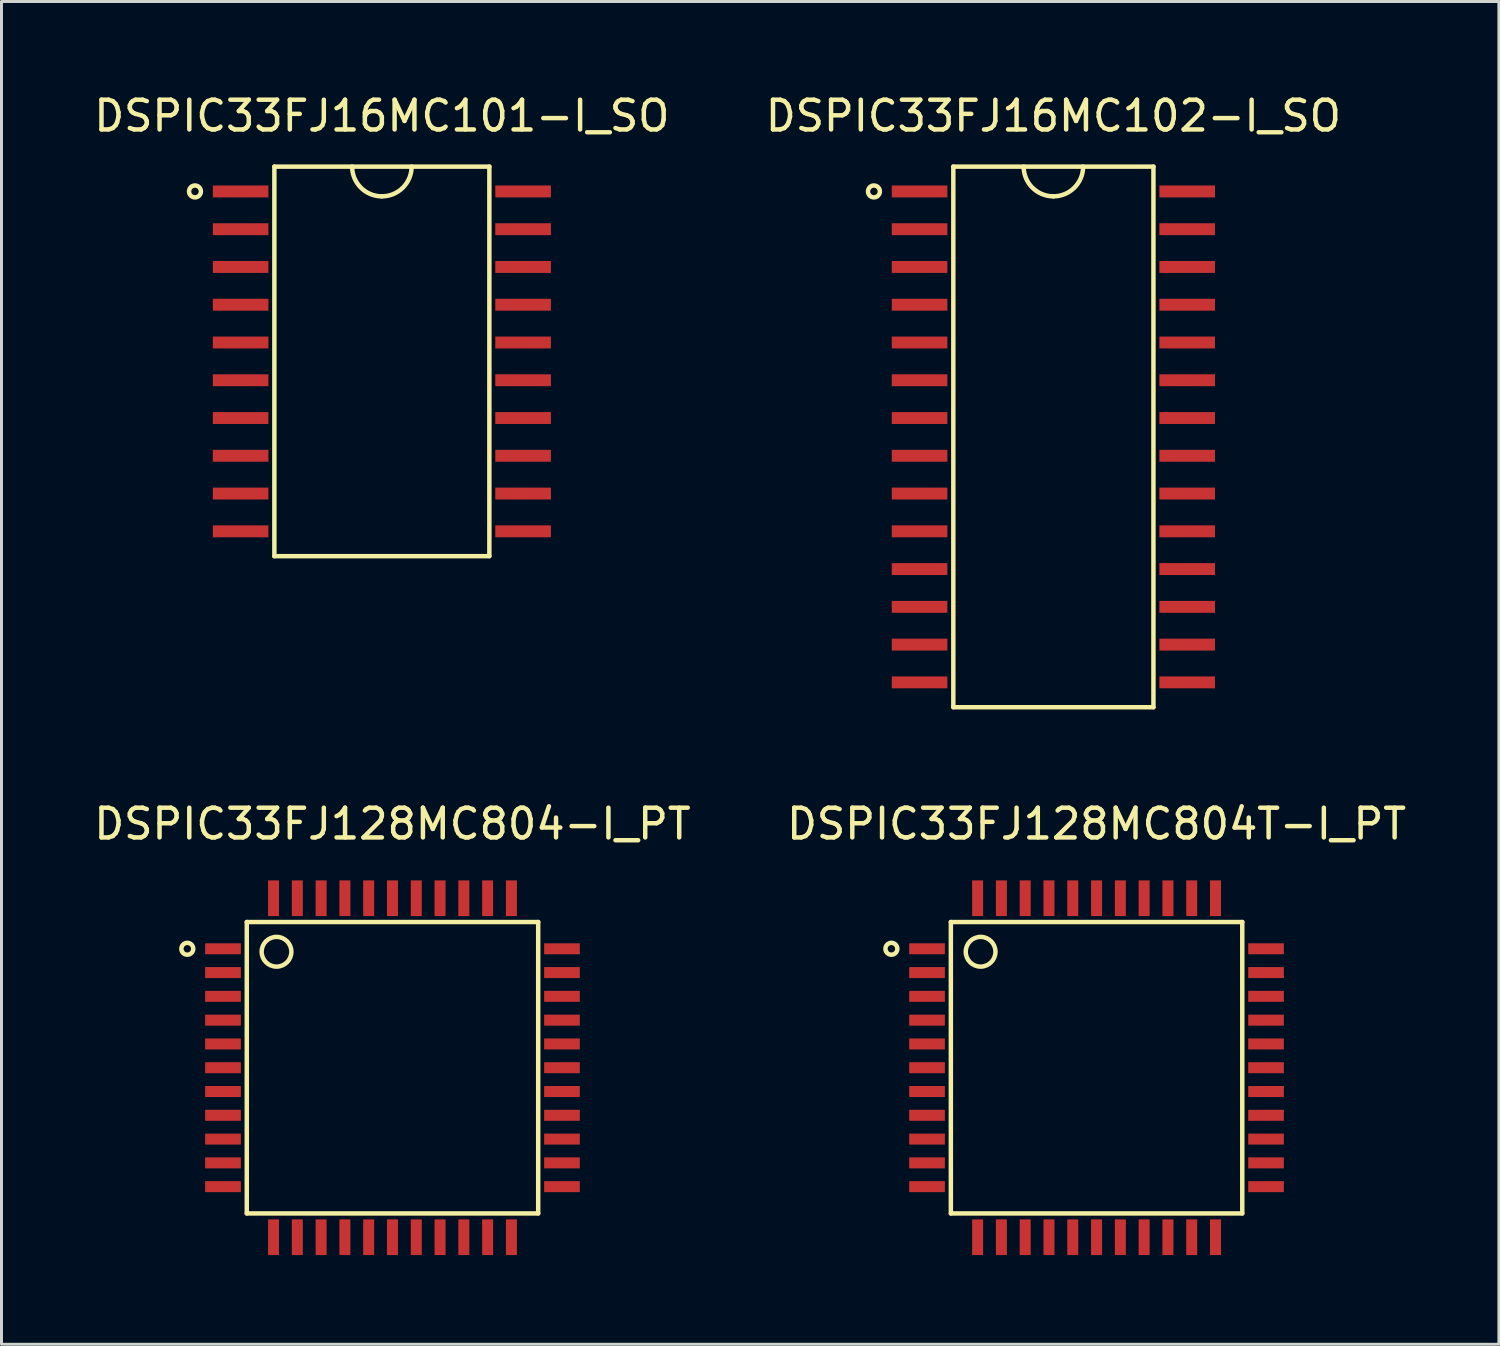
<source format=kicad_pcb>
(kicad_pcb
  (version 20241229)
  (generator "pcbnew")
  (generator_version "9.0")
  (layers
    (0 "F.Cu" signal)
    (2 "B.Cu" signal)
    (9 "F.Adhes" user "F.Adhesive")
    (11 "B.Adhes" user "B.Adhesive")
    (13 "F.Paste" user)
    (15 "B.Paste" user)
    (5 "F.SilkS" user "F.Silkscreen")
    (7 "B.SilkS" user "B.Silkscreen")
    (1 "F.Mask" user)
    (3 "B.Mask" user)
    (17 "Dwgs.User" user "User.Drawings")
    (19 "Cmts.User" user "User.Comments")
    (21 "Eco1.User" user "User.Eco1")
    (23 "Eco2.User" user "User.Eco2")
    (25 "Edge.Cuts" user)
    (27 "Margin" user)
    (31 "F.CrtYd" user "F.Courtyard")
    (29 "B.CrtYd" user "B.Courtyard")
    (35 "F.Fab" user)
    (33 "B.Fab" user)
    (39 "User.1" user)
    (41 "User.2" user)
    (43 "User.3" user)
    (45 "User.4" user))
  (footprint "DSPIC33FJ128MC804T-I_PT"
    (layer "F.Cu")
    (at 28.127 27.157)
    (property "Reference" "DSPIC33FJ128MC804T-I_PT" (at 5.7 -2.5 0) (layer "F.SilkS") (effects (font (size 1 1) (thickness 0.15))))
    (attr through_hole)
    (fp_line (start 0.8 0.8) (end 0.8 10.6) (stroke (width 0.15) (type solid)) (layer "F.SilkS"))
    (fp_line (start 0.8 0.8) (end 10.6 0.8) (stroke (width 0.15) (type solid)) (layer "F.SilkS"))
    (fp_line (start 0.8 10.6) (end 10.6 10.6) (stroke (width 0.15) (type solid)) (layer "F.SilkS"))
    (fp_line (start 10.6 10.6) (end 10.6 0.8) (stroke (width 0.15) (type solid)) (layer "F.SilkS"))
    (fp_circle (center -1.2 1.7) (end -1.2 1.5) (stroke (width 0.15) (type solid)) (fill no) (layer "F.SilkS"))
    (fp_circle (center 1.8 1.8) (end 1.8 1.3) (stroke (width 0.15) (type solid)) (fill no) (layer "F.SilkS"))
    (pad "1" smd rect (at 0 1.7) (size 1.2 0.37) (layers "F.Cu" "F.Mask" "F.Paste"))
    (pad "2" smd rect (at 0 2.5) (size 1.2 0.37) (layers "F.Cu" "F.Mask" "F.Paste"))
    (pad "3" smd rect (at 0 3.3) (size 1.2 0.37) (layers "F.Cu" "F.Mask" "F.Paste"))
    (pad "4" smd rect (at 0 4.1) (size 1.2 0.37) (layers "F.Cu" "F.Mask" "F.Paste"))
    (pad "5" smd rect (at 0 4.9) (size 1.2 0.37) (layers "F.Cu" "F.Mask" "F.Paste"))
    (pad "6" smd rect (at 0 5.7) (size 1.2 0.37) (layers "F.Cu" "F.Mask" "F.Paste"))
    (pad "7" smd rect (at 0 6.5) (size 1.2 0.37) (layers "F.Cu" "F.Mask" "F.Paste"))
    (pad "8" smd rect (at 0 7.3) (size 1.2 0.37) (layers "F.Cu" "F.Mask" "F.Paste"))
    (pad "9" smd rect (at 0 8.1) (size 1.2 0.37) (layers "F.Cu" "F.Mask" "F.Paste"))
    (pad "10" smd rect (at 0 8.9) (size 1.2 0.37) (layers "F.Cu" "F.Mask" "F.Paste"))
    (pad "11" smd rect (at 0 9.7) (size 1.2 0.37) (layers "F.Cu" "F.Mask" "F.Paste"))
    (pad "12" smd rect (at 1.7 11.4) (size 0.37 1.2) (layers "F.Cu" "F.Mask" "F.Paste"))
    (pad "13" smd rect (at 2.5 11.4) (size 0.37 1.2) (layers "F.Cu" "F.Mask" "F.Paste"))
    (pad "14" smd rect (at 3.3 11.4) (size 0.37 1.2) (layers "F.Cu" "F.Mask" "F.Paste"))
    (pad "15" smd rect (at 4.1 11.4) (size 0.37 1.2) (layers "F.Cu" "F.Mask" "F.Paste"))
    (pad "16" smd rect (at 4.9 11.4) (size 0.37 1.2) (layers "F.Cu" "F.Mask" "F.Paste"))
    (pad "17" smd rect (at 5.7 11.4) (size 0.37 1.2) (layers "F.Cu" "F.Mask" "F.Paste"))
    (pad "18" smd rect (at 6.5 11.4) (size 0.37 1.2) (layers "F.Cu" "F.Mask" "F.Paste"))
    (pad "19" smd rect (at 7.3 11.4) (size 0.37 1.2) (layers "F.Cu" "F.Mask" "F.Paste"))
    (pad "20" smd rect (at 8.1 11.4) (size 0.37 1.2) (layers "F.Cu" "F.Mask" "F.Paste"))
    (pad "21" smd rect (at 8.9 11.4) (size 0.37 1.2) (layers "F.Cu" "F.Mask" "F.Paste"))
    (pad "22" smd rect (at 9.7 11.4) (size 0.37 1.2) (layers "F.Cu" "F.Mask" "F.Paste"))
    (pad "23" smd rect (at 11.4 9.7) (size 1.2 0.37) (layers "F.Cu" "F.Mask" "F.Paste"))
    (pad "24" smd rect (at 11.4 8.9) (size 1.2 0.37) (layers "F.Cu" "F.Mask" "F.Paste"))
    (pad "25" smd rect (at 11.4 8.1) (size 1.2 0.37) (layers "F.Cu" "F.Mask" "F.Paste"))
    (pad "26" smd rect (at 11.4 7.3) (size 1.2 0.37) (layers "F.Cu" "F.Mask" "F.Paste"))
    (pad "27" smd rect (at 11.4 6.5) (size 1.2 0.37) (layers "F.Cu" "F.Mask" "F.Paste"))
    (pad "28" smd rect (at 11.4 5.7) (size 1.2 0.37) (layers "F.Cu" "F.Mask" "F.Paste"))
    (pad "29" smd rect (at 11.4 4.9) (size 1.2 0.37) (layers "F.Cu" "F.Mask" "F.Paste"))
    (pad "30" smd rect (at 11.4 4.1) (size 1.2 0.37) (layers "F.Cu" "F.Mask" "F.Paste"))
    (pad "31" smd rect (at 11.4 3.3) (size 1.2 0.37) (layers "F.Cu" "F.Mask" "F.Paste"))
    (pad "32" smd rect (at 11.4 2.5) (size 1.2 0.37) (layers "F.Cu" "F.Mask" "F.Paste"))
    (pad "33" smd rect (at 11.4 1.7) (size 1.2 0.37) (layers "F.Cu" "F.Mask" "F.Paste"))
    (pad "34" smd rect (at 9.7 0) (size 0.37 1.2) (layers "F.Cu" "F.Mask" "F.Paste"))
    (pad "35" smd rect (at 8.9 0) (size 0.37 1.2) (layers "F.Cu" "F.Mask" "F.Paste"))
    (pad "36" smd rect (at 8.1 0) (size 0.37 1.2) (layers "F.Cu" "F.Mask" "F.Paste"))
    (pad "37" smd rect (at 7.3 0) (size 0.37 1.2) (layers "F.Cu" "F.Mask" "F.Paste"))
    (pad "38" smd rect (at 6.5 0) (size 0.37 1.2) (layers "F.Cu" "F.Mask" "F.Paste"))
    (pad "39" smd rect (at 5.7 0) (size 0.37 1.2) (layers "F.Cu" "F.Mask" "F.Paste"))
    (pad "40" smd rect (at 4.9 0) (size 0.37 1.2) (layers "F.Cu" "F.Mask" "F.Paste"))
    (pad "41" smd rect (at 4.1 0) (size 0.37 1.2) (layers "F.Cu" "F.Mask" "F.Paste"))
    (pad "42" smd rect (at 3.3 0) (size 0.37 1.2) (layers "F.Cu" "F.Mask" "F.Paste"))
    (pad "43" smd rect (at 2.5 0) (size 0.37 1.2) (layers "F.Cu" "F.Mask" "F.Paste"))
    (pad "44" smd rect (at 1.7 0) (size 0.37 1.2) (layers "F.Cu" "F.Mask" "F.Paste")))
  (footprint "DSPIC33FJ16MC102-I_SO"
    (layer "F.Cu")
    (at 27.875 3.388)
    (property "Reference" "DSPIC33FJ16MC102-I_SO" (at 4.5 -2.54 0) (layer "F.SilkS") (effects (font (size 1 1) (thickness 0.15))))
    (attr through_hole)
    (fp_line (start 1.135 -0.835) (end 7.865 -0.835) (stroke (width 0.15) (type solid)) (layer "F.SilkS"))
    (fp_line (start 1.135 17.345) (end 1.135 -0.835) (stroke (width 0.15) (type solid)) (layer "F.SilkS"))
    (fp_line (start 7.865 -0.835) (end 7.865 17.345) (stroke (width 0.15) (type solid)) (layer "F.SilkS"))
    (fp_line (start 7.865 17.345) (end 1.135 17.345) (stroke (width 0.15) (type solid)) (layer "F.SilkS"))
    (fp_arc (start 4.5 0.165) (mid 3.792893 -0.127893) (end 3.5 -0.835) (stroke (width 0.15) (type solid)) (layer "F.SilkS"))
    (fp_arc (start 5.5 -0.835) (mid 5.207107 -0.127893) (end 4.5 0.165) (stroke (width 0.15) (type solid)) (layer "F.SilkS"))
    (fp_circle (center -1.535 0) (end -1.535 0.2) (stroke (width 0.15) (type solid)) (fill no) (layer "F.SilkS"))
    (pad "1" smd rect (at 0 0) (size 1.87 0.4) (layers "F.Cu" "F.Mask" "F.Paste"))
    (pad "2" smd rect (at 0 1.27) (size 1.87 0.4) (layers "F.Cu" "F.Mask" "F.Paste"))
    (pad "3" smd rect (at 0 2.54) (size 1.87 0.4) (layers "F.Cu" "F.Mask" "F.Paste"))
    (pad "4" smd rect (at 0 3.81) (size 1.87 0.4) (layers "F.Cu" "F.Mask" "F.Paste"))
    (pad "5" smd rect (at 0 5.08) (size 1.87 0.4) (layers "F.Cu" "F.Mask" "F.Paste"))
    (pad "6" smd rect (at 0 6.35) (size 1.87 0.4) (layers "F.Cu" "F.Mask" "F.Paste"))
    (pad "7" smd rect (at 0 7.62) (size 1.87 0.4) (layers "F.Cu" "F.Mask" "F.Paste"))
    (pad "8" smd rect (at 0 8.89) (size 1.87 0.4) (layers "F.Cu" "F.Mask" "F.Paste"))
    (pad "9" smd rect (at 0 10.16) (size 1.87 0.4) (layers "F.Cu" "F.Mask" "F.Paste"))
    (pad "10" smd rect (at 0 11.43) (size 1.87 0.4) (layers "F.Cu" "F.Mask" "F.Paste"))
    (pad "11" smd rect (at 0 12.7) (size 1.87 0.4) (layers "F.Cu" "F.Mask" "F.Paste"))
    (pad "12" smd rect (at 0 13.97) (size 1.87 0.4) (layers "F.Cu" "F.Mask" "F.Paste"))
    (pad "13" smd rect (at 0 15.24) (size 1.87 0.4) (layers "F.Cu" "F.Mask" "F.Paste"))
    (pad "14" smd rect (at 0 16.51) (size 1.87 0.4) (layers "F.Cu" "F.Mask" "F.Paste"))
    (pad "15" smd rect (at 9 16.51) (size 1.87 0.4) (layers "F.Cu" "F.Mask" "F.Paste"))
    (pad "16" smd rect (at 9 15.24) (size 1.87 0.4) (layers "F.Cu" "F.Mask" "F.Paste"))
    (pad "17" smd rect (at 9 13.97) (size 1.87 0.4) (layers "F.Cu" "F.Mask" "F.Paste"))
    (pad "18" smd rect (at 9 12.7) (size 1.87 0.4) (layers "F.Cu" "F.Mask" "F.Paste"))
    (pad "19" smd rect (at 9 11.43) (size 1.87 0.4) (layers "F.Cu" "F.Mask" "F.Paste"))
    (pad "20" smd rect (at 9 10.16) (size 1.87 0.4) (layers "F.Cu" "F.Mask" "F.Paste"))
    (pad "21" smd rect (at 9 8.89) (size 1.87 0.4) (layers "F.Cu" "F.Mask" "F.Paste"))
    (pad "22" smd rect (at 9 7.62) (size 1.87 0.4) (layers "F.Cu" "F.Mask" "F.Paste"))
    (pad "23" smd rect (at 9 6.35) (size 1.87 0.4) (layers "F.Cu" "F.Mask" "F.Paste"))
    (pad "24" smd rect (at 9 5.08) (size 1.87 0.4) (layers "F.Cu" "F.Mask" "F.Paste"))
    (pad "25" smd rect (at 9 3.81) (size 1.87 0.4) (layers "F.Cu" "F.Mask" "F.Paste"))
    (pad "26" smd rect (at 9 2.54) (size 1.87 0.4) (layers "F.Cu" "F.Mask" "F.Paste"))
    (pad "27" smd rect (at 9 1.27) (size 1.87 0.4) (layers "F.Cu" "F.Mask" "F.Paste"))
    (pad "28" smd rect (at 9 0) (size 1.87 0.4) (layers "F.Cu" "F.Mask" "F.Paste")))
  (footprint "DSPIC33FJ16MC101-I_SO"
    (layer "F.Cu")
    (at 5.042 3.388)
    (property "Reference" "DSPIC33FJ16MC101-I_SO" (at 4.75 -2.54 0) (layer "F.SilkS") (effects (font (size 1 1) (thickness 0.15))))
    (attr through_hole)
    (fp_line (start 1.135 -0.835) (end 8.365 -0.835) (stroke (width 0.15) (type solid)) (layer "F.SilkS"))
    (fp_line (start 1.135 12.265) (end 1.135 -0.835) (stroke (width 0.15) (type solid)) (layer "F.SilkS"))
    (fp_line (start 8.365 -0.835) (end 8.365 12.265) (stroke (width 0.15) (type solid)) (layer "F.SilkS"))
    (fp_line (start 8.365 12.265) (end 1.135 12.265) (stroke (width 0.15) (type solid)) (layer "F.SilkS"))
    (fp_arc (start 4.75 0.165) (mid 4.042893 -0.127893) (end 3.75 -0.835) (stroke (width 0.15) (type solid)) (layer "F.SilkS"))
    (fp_arc (start 5.75 -0.835) (mid 5.457107 -0.127893) (end 4.75 0.165) (stroke (width 0.15) (type solid)) (layer "F.SilkS"))
    (fp_circle (center -1.535 0) (end -1.535 0.2) (stroke (width 0.15) (type solid)) (fill no) (layer "F.SilkS"))
    (pad "1" smd rect (at 0 0) (size 1.87 0.4) (layers "F.Cu" "F.Mask" "F.Paste"))
    (pad "2" smd rect (at 0 1.27) (size 1.87 0.4) (layers "F.Cu" "F.Mask" "F.Paste"))
    (pad "3" smd rect (at 0 2.54) (size 1.87 0.4) (layers "F.Cu" "F.Mask" "F.Paste"))
    (pad "4" smd rect (at 0 3.81) (size 1.87 0.4) (layers "F.Cu" "F.Mask" "F.Paste"))
    (pad "5" smd rect (at 0 5.08) (size 1.87 0.4) (layers "F.Cu" "F.Mask" "F.Paste"))
    (pad "6" smd rect (at 0 6.35) (size 1.87 0.4) (layers "F.Cu" "F.Mask" "F.Paste"))
    (pad "7" smd rect (at 0 7.62) (size 1.87 0.4) (layers "F.Cu" "F.Mask" "F.Paste"))
    (pad "8" smd rect (at 0 8.89) (size 1.87 0.4) (layers "F.Cu" "F.Mask" "F.Paste"))
    (pad "9" smd rect (at 0 10.16) (size 1.87 0.4) (layers "F.Cu" "F.Mask" "F.Paste"))
    (pad "10" smd rect (at 0 11.43) (size 1.87 0.4) (layers "F.Cu" "F.Mask" "F.Paste"))
    (pad "11" smd rect (at 9.5 11.43) (size 1.87 0.4) (layers "F.Cu" "F.Mask" "F.Paste"))
    (pad "12" smd rect (at 9.5 10.16) (size 1.87 0.4) (layers "F.Cu" "F.Mask" "F.Paste"))
    (pad "13" smd rect (at 9.5 8.89) (size 1.87 0.4) (layers "F.Cu" "F.Mask" "F.Paste"))
    (pad "14" smd rect (at 9.5 7.62) (size 1.87 0.4) (layers "F.Cu" "F.Mask" "F.Paste"))
    (pad "15" smd rect (at 9.5 6.35) (size 1.87 0.4) (layers "F.Cu" "F.Mask" "F.Paste"))
    (pad "16" smd rect (at 9.5 5.08) (size 1.87 0.4) (layers "F.Cu" "F.Mask" "F.Paste"))
    (pad "17" smd rect (at 9.5 3.81) (size 1.87 0.4) (layers "F.Cu" "F.Mask" "F.Paste"))
    (pad "18" smd rect (at 9.5 2.54) (size 1.87 0.4) (layers "F.Cu" "F.Mask" "F.Paste"))
    (pad "19" smd rect (at 9.5 1.27) (size 1.87 0.4) (layers "F.Cu" "F.Mask" "F.Paste"))
    (pad "20" smd rect (at 9.5 0) (size 1.87 0.4) (layers "F.Cu" "F.Mask" "F.Paste")))
  (footprint "DSPIC33FJ128MC804-I_PT"
    (layer "F.Cu")
    (at 4.449 27.157)
    (property "Reference" "DSPIC33FJ128MC804-I_PT" (at 5.7 -2.5 0) (layer "F.SilkS") (effects (font (size 1 1) (thickness 0.15))))
    (attr through_hole)
    (fp_line (start 0.8 0.8) (end 0.8 10.6) (stroke (width 0.15) (type solid)) (layer "F.SilkS"))
    (fp_line (start 0.8 0.8) (end 10.6 0.8) (stroke (width 0.15) (type solid)) (layer "F.SilkS"))
    (fp_line (start 0.8 10.6) (end 10.6 10.6) (stroke (width 0.15) (type solid)) (layer "F.SilkS"))
    (fp_line (start 10.6 10.6) (end 10.6 0.8) (stroke (width 0.15) (type solid)) (layer "F.SilkS"))
    (fp_circle (center -1.2 1.7) (end -1.2 1.5) (stroke (width 0.15) (type solid)) (fill no) (layer "F.SilkS"))
    (fp_circle (center 1.8 1.8) (end 1.8 1.3) (stroke (width 0.15) (type solid)) (fill no) (layer "F.SilkS"))
    (pad "1" smd rect (at 0 1.7) (size 1.2 0.37) (layers "F.Cu" "F.Mask" "F.Paste"))
    (pad "2" smd rect (at 0 2.5) (size 1.2 0.37) (layers "F.Cu" "F.Mask" "F.Paste"))
    (pad "3" smd rect (at 0 3.3) (size 1.2 0.37) (layers "F.Cu" "F.Mask" "F.Paste"))
    (pad "4" smd rect (at 0 4.1) (size 1.2 0.37) (layers "F.Cu" "F.Mask" "F.Paste"))
    (pad "5" smd rect (at 0 4.9) (size 1.2 0.37) (layers "F.Cu" "F.Mask" "F.Paste"))
    (pad "6" smd rect (at 0 5.7) (size 1.2 0.37) (layers "F.Cu" "F.Mask" "F.Paste"))
    (pad "7" smd rect (at 0 6.5) (size 1.2 0.37) (layers "F.Cu" "F.Mask" "F.Paste"))
    (pad "8" smd rect (at 0 7.3) (size 1.2 0.37) (layers "F.Cu" "F.Mask" "F.Paste"))
    (pad "9" smd rect (at 0 8.1) (size 1.2 0.37) (layers "F.Cu" "F.Mask" "F.Paste"))
    (pad "10" smd rect (at 0 8.9) (size 1.2 0.37) (layers "F.Cu" "F.Mask" "F.Paste"))
    (pad "11" smd rect (at 0 9.7) (size 1.2 0.37) (layers "F.Cu" "F.Mask" "F.Paste"))
    (pad "12" smd rect (at 1.7 11.4) (size 0.37 1.2) (layers "F.Cu" "F.Mask" "F.Paste"))
    (pad "13" smd rect (at 2.5 11.4) (size 0.37 1.2) (layers "F.Cu" "F.Mask" "F.Paste"))
    (pad "14" smd rect (at 3.3 11.4) (size 0.37 1.2) (layers "F.Cu" "F.Mask" "F.Paste"))
    (pad "15" smd rect (at 4.1 11.4) (size 0.37 1.2) (layers "F.Cu" "F.Mask" "F.Paste"))
    (pad "16" smd rect (at 4.9 11.4) (size 0.37 1.2) (layers "F.Cu" "F.Mask" "F.Paste"))
    (pad "17" smd rect (at 5.7 11.4) (size 0.37 1.2) (layers "F.Cu" "F.Mask" "F.Paste"))
    (pad "18" smd rect (at 6.5 11.4) (size 0.37 1.2) (layers "F.Cu" "F.Mask" "F.Paste"))
    (pad "19" smd rect (at 7.3 11.4) (size 0.37 1.2) (layers "F.Cu" "F.Mask" "F.Paste"))
    (pad "20" smd rect (at 8.1 11.4) (size 0.37 1.2) (layers "F.Cu" "F.Mask" "F.Paste"))
    (pad "21" smd rect (at 8.9 11.4) (size 0.37 1.2) (layers "F.Cu" "F.Mask" "F.Paste"))
    (pad "22" smd rect (at 9.7 11.4) (size 0.37 1.2) (layers "F.Cu" "F.Mask" "F.Paste"))
    (pad "23" smd rect (at 11.4 9.7) (size 1.2 0.37) (layers "F.Cu" "F.Mask" "F.Paste"))
    (pad "24" smd rect (at 11.4 8.9) (size 1.2 0.37) (layers "F.Cu" "F.Mask" "F.Paste"))
    (pad "25" smd rect (at 11.4 8.1) (size 1.2 0.37) (layers "F.Cu" "F.Mask" "F.Paste"))
    (pad "26" smd rect (at 11.4 7.3) (size 1.2 0.37) (layers "F.Cu" "F.Mask" "F.Paste"))
    (pad "27" smd rect (at 11.4 6.5) (size 1.2 0.37) (layers "F.Cu" "F.Mask" "F.Paste"))
    (pad "28" smd rect (at 11.4 5.7) (size 1.2 0.37) (layers "F.Cu" "F.Mask" "F.Paste"))
    (pad "29" smd rect (at 11.4 4.9) (size 1.2 0.37) (layers "F.Cu" "F.Mask" "F.Paste"))
    (pad "30" smd rect (at 11.4 4.1) (size 1.2 0.37) (layers "F.Cu" "F.Mask" "F.Paste"))
    (pad "31" smd rect (at 11.4 3.3) (size 1.2 0.37) (layers "F.Cu" "F.Mask" "F.Paste"))
    (pad "32" smd rect (at 11.4 2.5) (size 1.2 0.37) (layers "F.Cu" "F.Mask" "F.Paste"))
    (pad "33" smd rect (at 11.4 1.7) (size 1.2 0.37) (layers "F.Cu" "F.Mask" "F.Paste"))
    (pad "34" smd rect (at 9.7 0) (size 0.37 1.2) (layers "F.Cu" "F.Mask" "F.Paste"))
    (pad "35" smd rect (at 8.9 0) (size 0.37 1.2) (layers "F.Cu" "F.Mask" "F.Paste"))
    (pad "36" smd rect (at 8.1 0) (size 0.37 1.2) (layers "F.Cu" "F.Mask" "F.Paste"))
    (pad "37" smd rect (at 7.3 0) (size 0.37 1.2) (layers "F.Cu" "F.Mask" "F.Paste"))
    (pad "38" smd rect (at 6.5 0) (size 0.37 1.2) (layers "F.Cu" "F.Mask" "F.Paste"))
    (pad "39" smd rect (at 5.7 0) (size 0.37 1.2) (layers "F.Cu" "F.Mask" "F.Paste"))
    (pad "40" smd rect (at 4.9 0) (size 0.37 1.2) (layers "F.Cu" "F.Mask" "F.Paste"))
    (pad "41" smd rect (at 4.1 0) (size 0.37 1.2) (layers "F.Cu" "F.Mask" "F.Paste"))
    (pad "42" smd rect (at 3.3 0) (size 0.37 1.2) (layers "F.Cu" "F.Mask" "F.Paste"))
    (pad "43" smd rect (at 2.5 0) (size 0.37 1.2) (layers "F.Cu" "F.Mask" "F.Paste"))
    (pad "44" smd rect (at 1.7 0) (size 0.37 1.2) (layers "F.Cu" "F.Mask" "F.Paste")))
  (gr_rect
    (start -3 -3)
    (end 47.357 42.157)
    (stroke (width 0.1) (type default))
    (fill no)
    (layer "Edge.Cuts")))
</source>
